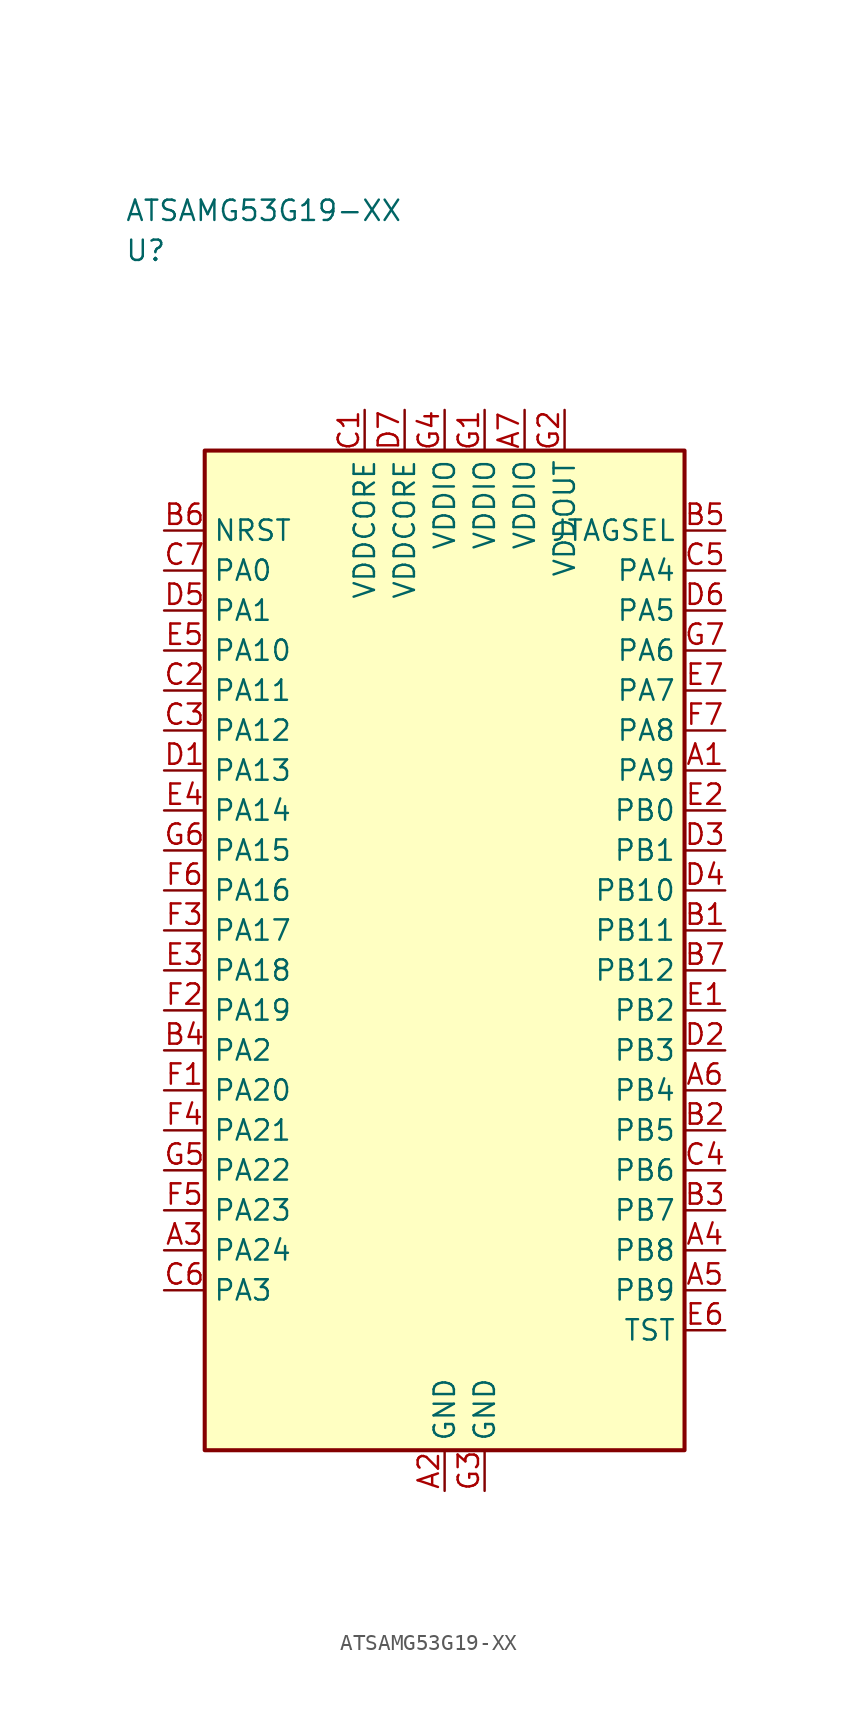
<source format=kicad_sym>
(kicad_symbol_lib
  (version 20241025)
  (generator "kicad_symbol_editor")
  (generator_version "8.0")
  (symbol "ATSAMG53G19-XX"
    (property "Reference" "U"
      (at -20.0 43.75 0)
      (effects (font (size 1.27 1.27)) (justify left)))
    (property "Value" "ATSAMG53G19-XX"
      (at -20.0 46.25 0)
      (effects (font (size 1.27 1.27)) (justify left)))
    (symbol "ATSAMG53G19-XX_0_1"
      (rectangle (start -15.0 31.25) (end 15.0 -31.25) (stroke (width 0.254) (type default)) (fill (type background))))
    (symbol "ATSAMG53G19-XX_1_1"
      (pin bidirectional line (at -17.54 23.75 0.0) (length 2.54) (name "PA0" (effects (font (size 1.27 1.27)))) (number "C7" (effects (font (size 1.27 1.27)))))
      (pin bidirectional line (at -17.54 21.25 0.0) (length 2.54) (name "PA1" (effects (font (size 1.27 1.27)))) (number "D5" (effects (font (size 1.27 1.27)))))
      (pin bidirectional line (at -17.54 -6.25 0.0) (length 2.54) (name "PA2" (effects (font (size 1.27 1.27)))) (number "B4" (effects (font (size 1.27 1.27)))))
      (pin bidirectional line (at -17.54 -21.25 0.0) (length 2.54) (name "PA3" (effects (font (size 1.27 1.27)))) (number "C6" (effects (font (size 1.27 1.27)))))
      (pin bidirectional line (at 17.54 23.75 180.0) (length 2.54) (name "PA4" (effects (font (size 1.27 1.27)))) (number "C5" (effects (font (size 1.27 1.27)))))
      (pin bidirectional line (at 17.54 21.25 180.0) (length 2.54) (name "PA5" (effects (font (size 1.27 1.27)))) (number "D6" (effects (font (size 1.27 1.27)))))
      (pin bidirectional line (at 17.54 18.75 180.0) (length 2.54) (name "PA6" (effects (font (size 1.27 1.27)))) (number "G7" (effects (font (size 1.27 1.27)))))
      (pin bidirectional line (at 17.54 16.25 180.0) (length 2.54) (name "PA7" (effects (font (size 1.27 1.27)))) (number "E7" (effects (font (size 1.27 1.27)))))
      (pin bidirectional line (at 17.54 13.75 180.0) (length 2.54) (name "PA8" (effects (font (size 1.27 1.27)))) (number "F7" (effects (font (size 1.27 1.27)))))
      (pin bidirectional line (at 17.54 11.25 180.0) (length 2.54) (name "PA9" (effects (font (size 1.27 1.27)))) (number "A1" (effects (font (size 1.27 1.27)))))
      (pin bidirectional line (at -17.54 18.75 0.0) (length 2.54) (name "PA10" (effects (font (size 1.27 1.27)))) (number "E5" (effects (font (size 1.27 1.27)))))
      (pin bidirectional line (at -17.54 16.25 0.0) (length 2.54) (name "PA11" (effects (font (size 1.27 1.27)))) (number "C2" (effects (font (size 1.27 1.27)))))
      (pin bidirectional line (at -17.54 13.75 0.0) (length 2.54) (name "PA12" (effects (font (size 1.27 1.27)))) (number "C3" (effects (font (size 1.27 1.27)))))
      (pin bidirectional line (at -17.54 11.25 0.0) (length 2.54) (name "PA13" (effects (font (size 1.27 1.27)))) (number "D1" (effects (font (size 1.27 1.27)))))
      (pin bidirectional line (at -17.54 8.75 0.0) (length 2.54) (name "PA14" (effects (font (size 1.27 1.27)))) (number "E4" (effects (font (size 1.27 1.27)))))
      (pin bidirectional line (at -17.54 6.25 0.0) (length 2.54) (name "PA15" (effects (font (size 1.27 1.27)))) (number "G6" (effects (font (size 1.27 1.27)))))
      (pin bidirectional line (at -17.54 3.75 0.0) (length 2.54) (name "PA16" (effects (font (size 1.27 1.27)))) (number "F6" (effects (font (size 1.27 1.27)))))
      (pin bidirectional line (at -17.54 1.25 0.0) (length 2.54) (name "PA17" (effects (font (size 1.27 1.27)))) (number "F3" (effects (font (size 1.27 1.27)))))
      (pin bidirectional line (at -17.54 -1.25 0.0) (length 2.54) (name "PA18" (effects (font (size 1.27 1.27)))) (number "E3" (effects (font (size 1.27 1.27)))))
      (pin bidirectional line (at -17.54 -3.75 0.0) (length 2.54) (name "PA19" (effects (font (size 1.27 1.27)))) (number "F2" (effects (font (size 1.27 1.27)))))
      (pin bidirectional line (at -17.54 -8.75 0.0) (length 2.54) (name "PA20" (effects (font (size 1.27 1.27)))) (number "F1" (effects (font (size 1.27 1.27)))))
      (pin bidirectional line (at -17.54 -11.25 0.0) (length 2.54) (name "PA21" (effects (font (size 1.27 1.27)))) (number "F4" (effects (font (size 1.27 1.27)))))
      (pin bidirectional line (at -17.54 -13.75 0.0) (length 2.54) (name "PA22" (effects (font (size 1.27 1.27)))) (number "G5" (effects (font (size 1.27 1.27)))))
      (pin bidirectional line (at -17.54 -16.25 0.0) (length 2.54) (name "PA23" (effects (font (size 1.27 1.27)))) (number "F5" (effects (font (size 1.27 1.27)))))
      (pin bidirectional line (at -17.54 -18.75 0.0) (length 2.54) (name "PA24" (effects (font (size 1.27 1.27)))) (number "A3" (effects (font (size 1.27 1.27)))))
      (pin bidirectional line (at 17.54 8.75 180.0) (length 2.54) (name "PB0" (effects (font (size 1.27 1.27)))) (number "E2" (effects (font (size 1.27 1.27)))))
      (pin bidirectional line (at 17.54 6.25 180.0) (length 2.54) (name "PB1" (effects (font (size 1.27 1.27)))) (number "D3" (effects (font (size 1.27 1.27)))))
      (pin bidirectional line (at 17.54 -3.75 180.0) (length 2.54) (name "PB2" (effects (font (size 1.27 1.27)))) (number "E1" (effects (font (size 1.27 1.27)))))
      (pin bidirectional line (at 17.54 -6.25 180.0) (length 2.54) (name "PB3" (effects (font (size 1.27 1.27)))) (number "D2" (effects (font (size 1.27 1.27)))))
      (pin bidirectional line (at 17.54 -8.75 180.0) (length 2.54) (name "PB4" (effects (font (size 1.27 1.27)))) (number "A6" (effects (font (size 1.27 1.27)))))
      (pin bidirectional line (at 17.54 -11.25 180.0) (length 2.54) (name "PB5" (effects (font (size 1.27 1.27)))) (number "B2" (effects (font (size 1.27 1.27)))))
      (pin bidirectional line (at 17.54 -13.75 180.0) (length 2.54) (name "PB6" (effects (font (size 1.27 1.27)))) (number "C4" (effects (font (size 1.27 1.27)))))
      (pin bidirectional line (at 17.54 -16.25 180.0) (length 2.54) (name "PB7" (effects (font (size 1.27 1.27)))) (number "B3" (effects (font (size 1.27 1.27)))))
      (pin bidirectional line (at 17.54 -18.75 180.0) (length 2.54) (name "PB8" (effects (font (size 1.27 1.27)))) (number "A4" (effects (font (size 1.27 1.27)))))
      (pin bidirectional line (at 17.54 -21.25 180.0) (length 2.54) (name "PB9" (effects (font (size 1.27 1.27)))) (number "A5" (effects (font (size 1.27 1.27)))))
      (pin bidirectional line (at 17.54 3.75 180.0) (length 2.54) (name "PB10" (effects (font (size 1.27 1.27)))) (number "D4" (effects (font (size 1.27 1.27)))))
      (pin bidirectional line (at 17.54 1.25 180.0) (length 2.54) (name "PB11" (effects (font (size 1.27 1.27)))) (number "B1" (effects (font (size 1.27 1.27)))))
      (pin bidirectional line (at 17.54 -1.25 180.0) (length 2.54) (name "PB12" (effects (font (size 1.27 1.27)))) (number "B7" (effects (font (size 1.27 1.27)))))
      (pin power_in line (at 7.5 33.79 270.0) (length 2.54) (name "VDDOUT" (effects (font (size 1.27 1.27)))) (number "G2" (effects (font (size 1.27 1.27)))))
      (pin input line (at -17.54 26.25 0.0) (length 2.54) (name "NRST" (effects (font (size 1.27 1.27)))) (number "B6" (effects (font (size 1.27 1.27)))))
      (pin bidirectional line (at 17.54 -23.75 180.0) (length 2.54) (name "TST" (effects (font (size 1.27 1.27)))) (number "E6" (effects (font (size 1.27 1.27)))))
      (pin power_in line (at 0.0 33.79 270.0) (length 2.54) (name "VDDIO" (effects (font (size 1.27 1.27)))) (number "G4" (effects (font (size 1.27 1.27)))))
      (pin power_in line (at 2.5 33.79 270.0) (length 2.54) (name "VDDIO" (effects (font (size 1.27 1.27)))) (number "G1" (effects (font (size 1.27 1.27)))))
      (pin power_in line (at 5.0 33.79 270.0) (length 2.54) (name "VDDIO" (effects (font (size 1.27 1.27)))) (number "A7" (effects (font (size 1.27 1.27)))))
      (pin output line (at 17.54 26.25 180.0) (length 2.54) (name "JTAGSEL" (effects (font (size 1.27 1.27)))) (number "B5" (effects (font (size 1.27 1.27)))))
      (pin power_in line (at -5.0 33.79 270.0) (length 2.54) (name "VDDCORE" (effects (font (size 1.27 1.27)))) (number "C1" (effects (font (size 1.27 1.27)))))
      (pin power_in line (at -2.5 33.79 270.0) (length 2.54) (name "VDDCORE" (effects (font (size 1.27 1.27)))) (number "D7" (effects (font (size 1.27 1.27)))))
      (pin passive line (at 0.0 -33.79 90.0) (length 2.54) (name "GND" (effects (font (size 1.27 1.27)))) (number "A2" (effects (font (size 1.27 1.27)))))
      (pin passive line (at 2.5 -33.79 90.0) (length 2.54) (name "GND" (effects (font (size 1.27 1.27)))) (number "G3" (effects (font (size 1.27 1.27))))))))
</source>
